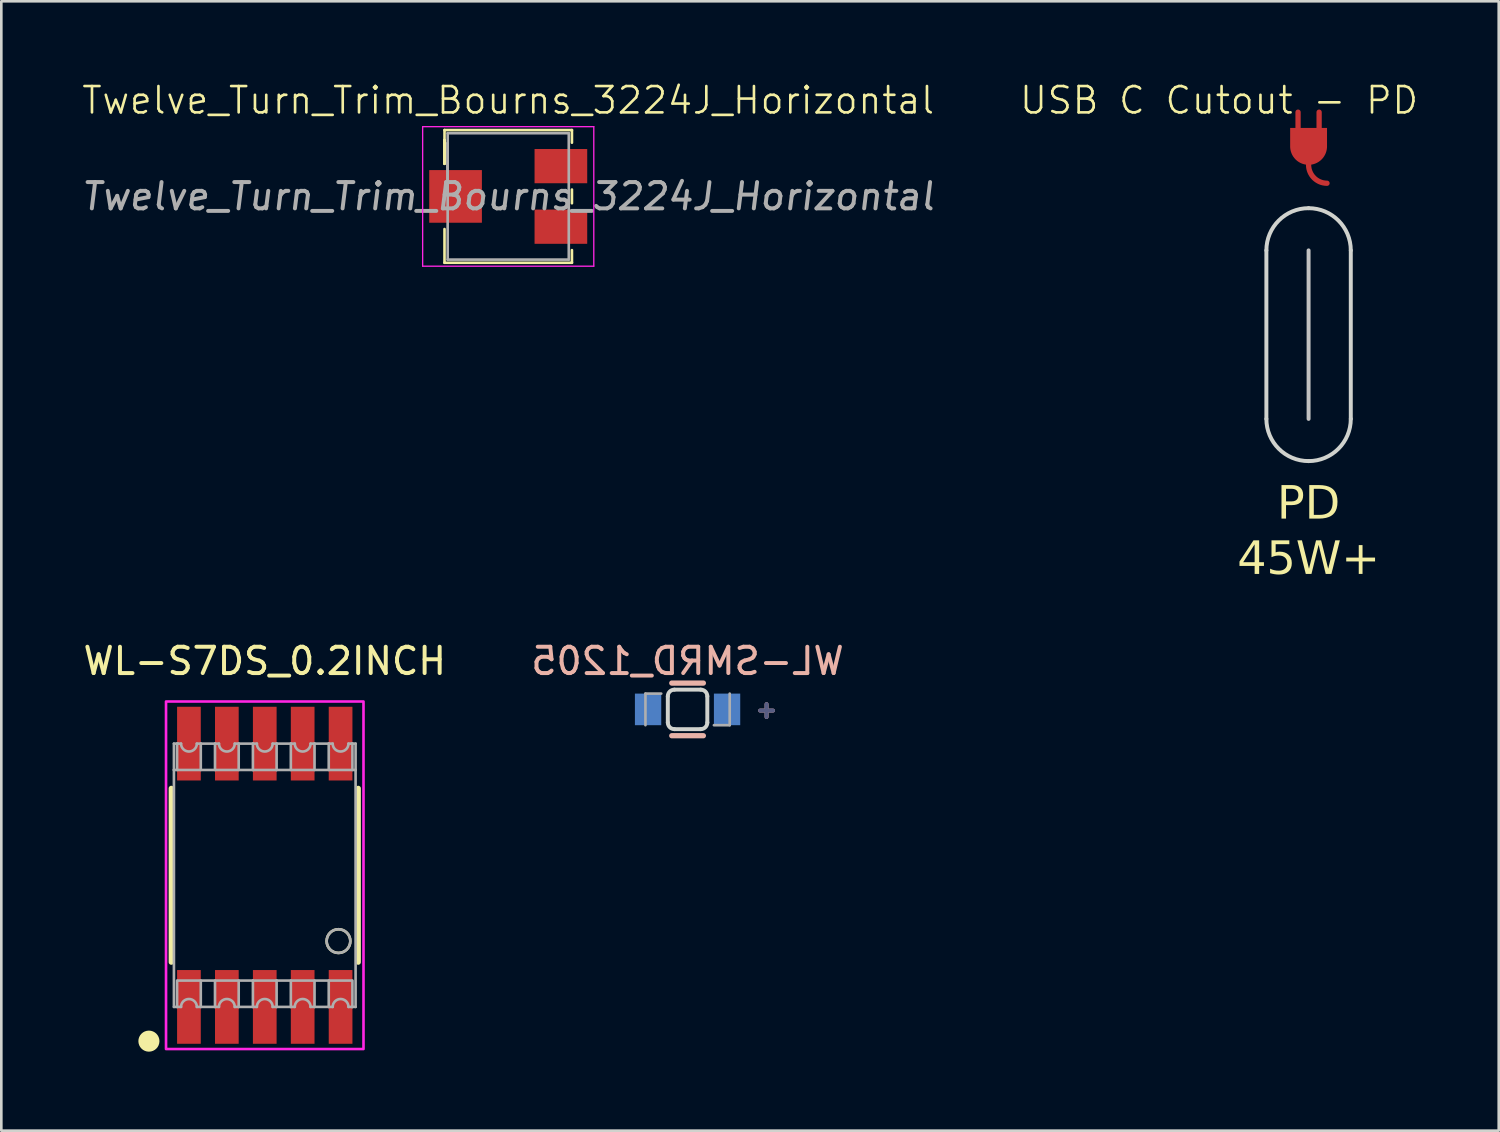
<source format=kicad_pcb>
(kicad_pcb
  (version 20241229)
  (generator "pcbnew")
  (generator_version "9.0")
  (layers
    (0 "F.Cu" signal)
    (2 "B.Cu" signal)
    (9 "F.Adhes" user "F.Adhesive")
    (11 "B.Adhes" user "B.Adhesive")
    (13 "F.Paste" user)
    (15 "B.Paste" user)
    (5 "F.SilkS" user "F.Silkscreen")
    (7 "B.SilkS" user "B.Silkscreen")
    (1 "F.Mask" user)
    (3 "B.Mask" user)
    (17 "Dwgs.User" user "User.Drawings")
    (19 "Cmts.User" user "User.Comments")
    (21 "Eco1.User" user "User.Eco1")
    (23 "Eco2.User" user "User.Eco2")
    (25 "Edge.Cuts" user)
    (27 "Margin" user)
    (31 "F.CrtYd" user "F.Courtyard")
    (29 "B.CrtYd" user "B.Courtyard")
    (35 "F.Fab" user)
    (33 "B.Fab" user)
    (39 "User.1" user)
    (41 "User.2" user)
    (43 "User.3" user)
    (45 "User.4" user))
  (footprint "USB C Cutout - PD"
    (layer "F.Cu")
    (at 46.652 6.46)
    (property "Reference" "USB C Cutout - PD" (at -3.4 -5.7 0) (unlocked yes) (layer "F.SilkS") (effects (font (size 1 1) (thickness 0.1))))
    (fp_line (start -0.4 -4.5) (end -0.4 -5.25) (stroke (width 0.2) (type default)) (layer "F.Cu"))
    (fp_line (start 0.4 -4.5) (end 0.4 -5.25) (stroke (width 0.2) (type default)) (layer "F.Cu"))
    (fp_arc (start 0.7 -2.55) (mid 0.205025 -2.755025) (end 0 -3.25) (stroke (width 0.2) (type default)) (layer "F.Cu"))
    (fp_poly (pts (xy -0.7 -4.65) (xy 0.7 -4.65) (arc (start 0.7 -3.95) (mid 0.494975 -3.455025) (end 0 -3.25)) (arc (start 0 -3.25) (mid -0.494975 -3.455025) (end -0.7 -3.95))) (stroke (width 0) (type solid)) (fill yes) (layer "F.Cu"))
    (fp_line (start -0.4 -4.5) (end -0.4 -5.25) (stroke (width 0.2) (type default)) (layer "F.Mask"))
    (fp_line (start 0.4 -4.5) (end 0.4 -5.25) (stroke (width 0.2) (type default)) (layer "F.Mask"))
    (fp_arc (start 0.7 -2.55) (mid 0.205025 -2.755025) (end 0 -3.25) (stroke (width 0.2) (type default)) (layer "F.Mask"))
    (fp_poly (pts (xy -0.7 -4.65) (xy 0.7 -4.65) (arc (start 0.7 -3.95) (mid 0.494975 -3.455025) (end 0 -3.25)) (arc (start 0 -3.25) (mid -0.494975 -3.455025) (end -0.7 -3.95))) (stroke (width 0) (type solid)) (fill yes) (layer "F.Mask"))
    (fp_line (start -0.000002 6.4) (end -0.000002 0) (stroke (width 0.15) (type default)) (layer "Dwgs.User"))
    (fp_line (start -1.603 0.000001) (end -1.603 6.4) (stroke (width 0.15) (type default)) (layer "Edge.Cuts"))
    (fp_line (start 1.603 0.000001) (end 1.603 6.4) (stroke (width 0.15) (type default)) (layer "Edge.Cuts"))
    (fp_arc (start -1.603122 0.000001) (mid -1.133579 -1.133577) (end -0.000001 -1.60312) (stroke (width 0.15) (type default)) (layer "Edge.Cuts"))
    (fp_arc (start -0.000001 -1.60312) (mid 1.133577 -1.133577) (end 1.60312 0.000001) (stroke (width 0.15) (type default)) (layer "Edge.Cuts"))
    (fp_arc (start -0.000001 8.003122) (mid -1.133579 7.533579) (end -1.603122 6.400001) (stroke (width 0.15) (type default)) (layer "Edge.Cuts"))
    (fp_arc (start 1.60312 6.400001) (mid 1.133577 7.533579) (end -0.000001 8.003122) (stroke (width 0.15) (type default)) (layer "Edge.Cuts"))
    (fp_text_box "PD\n45W+" (start -1.875 8) (end 1.875 11.75) (margins 0.938 0.938 0.938 0.938) (layer "F.SilkS") (effects (font (face "Monoflow") (size 1.25 1.25) (thickness 0.188)) (justify top)) (border no) (stroke (width 0) (type solid))))
  (footprint "WL-SMRD_1205"
    (layer "F.Cu")
    (at 23.065 23.894)
    (property "Reference" "WL-SMRD_1205" (at 0 -1.835 0) (layer "B.SilkS") (effects (font (size 1 1) (thickness 0.15)) (justify mirror)))
    (attr smd)
    (fp_poly (pts (arc (start -1 0.5) (mid -0.853553 0.853553) (end -0.5 1)) (arc (start 0.5 1) (mid 0.853553 0.853553) (end 1 0.5)) (arc (start 1 -0.5) (mid 0.853553 -0.853553) (end 0.5 -1)) (arc (start -0.5 -1) (mid -0.853553 -0.853553) (end -1 -0.5))) (stroke (width 0) (type solid)) (fill yes) (layer "F.Mask"))
    (fp_poly (pts (arc (start 1 0.5) (mid 0.853553 0.853553) (end 0.5 1)) (arc (start -0.5 1) (mid -0.853553 0.853553) (end -1 0.5)) (arc (start -1 -0.5) (mid -0.853553 -0.853553) (end -0.5 -1)) (arc (start 0.5 -1) (mid 0.853553 -0.853553) (end 1 -0.5))) (stroke (width 0) (type solid)) (fill yes) (layer "B.Mask"))
    (fp_line (start -0.6 -1) (end 0.6 -1) (stroke (width 0.2) (type solid)) (layer "B.SilkS"))
    (fp_line (start -0.6 1) (end 0.6 1) (stroke (width 0.2) (type solid)) (layer "B.SilkS"))
    (fp_line (start -0.75 0.5) (end -0.75 -0.5) (stroke (width 0.15) (type default)) (layer "Edge.Cuts"))
    (fp_line (start -0.5 -0.75) (end 0.5 -0.75) (stroke (width 0.15) (type default)) (layer "Edge.Cuts"))
    (fp_line (start 0.5 0.75) (end -0.5 0.75) (stroke (width 0.15) (type default)) (layer "Edge.Cuts"))
    (fp_line (start 0.75 -0.5) (end 0.75 0.5) (stroke (width 0.15) (type default)) (layer "Edge.Cuts"))
    (fp_arc (start -0.75 -0.5) (mid -0.676777 -0.676777) (end -0.5 -0.75) (stroke (width 0.15) (type default)) (layer "Edge.Cuts"))
    (fp_arc (start -0.5 0.75) (mid -0.676777 0.676777) (end -0.75 0.5) (stroke (width 0.15) (type default)) (layer "Edge.Cuts"))
    (fp_arc (start 0.5 -0.75) (mid 0.676777 -0.676777) (end 0.75 -0.5) (stroke (width 0.15) (type default)) (layer "Edge.Cuts"))
    (fp_arc (start 0.75 0.5) (mid 0.676777 0.676777) (end 0.5 0.75) (stroke (width 0.15) (type default)) (layer "Edge.Cuts"))
    (fp_line (start -1.6 -0.6) (end -1 -0.6) (stroke (width 0.1) (type solid)) (layer "F.Fab"))
    (fp_line (start -1.6 0.6) (end -1.6 -0.6) (stroke (width 0.1) (type solid)) (layer "F.Fab"))
    (fp_line (start 1.6 -0.6) (end 1.6 0.6) (stroke (width 0.1) (type solid)) (layer "F.Fab"))
    (fp_line (start 1.6 0.6) (end 1 0.6) (stroke (width 0.1) (type solid)) (layer "F.Fab"))
    (fp_text user "+" (at 3 0 0) (layer "B.SilkS") (effects (font (size 0.64 0.64) (thickness 0.15)) (justify mirror)))
    (fp_text user "+" (at 3 0 0) (layer "B.Fab") (effects (font (size 0.64 0.64) (thickness 0.15)) (justify mirror)))
    (pad "1" smd rect (at -1.5 0) (size 1 1.2) (layers "B.Cu" "B.Mask" "B.Paste"))
    (pad "2" smd rect (at 1.5 0) (size 1 1.2) (layers "B.Cu" "B.Mask" "B.Paste")))
  (footprint "Twelve_Turn_Trim_Bourns_3224J_Horizontal"
    (layer "F.Cu")
    (at 16.253 4.41)
    (property "Reference" "Twelve_Turn_Trim_Bourns_3224J_Horizontal" (at 0 -3.65 180) (layer "F.SilkS") (effects (font (size 1 1) (thickness 0.1))))
    (attr smd)
    (fp_line (start -2.42 -2.52) (end -2.42 -1.24) (stroke (width 0.1) (type solid)) (layer "F.SilkS"))
    (fp_line (start -2.42 -2.52) (end 2.42 -2.52) (stroke (width 0.1) (type solid)) (layer "F.SilkS"))
    (fp_line (start -2.42 -2.14) (end -2.42 -2.14) (stroke (width 0.1) (type solid)) (layer "F.SilkS"))
    (fp_line (start -2.42 -2.14) (end -2.42 -1.24) (stroke (width 0.1) (type solid)) (layer "F.SilkS"))
    (fp_line (start -2.42 -2.14) (end -2.42 -1.24) (stroke (width 0.1) (type solid)) (layer "F.SilkS"))
    (fp_line (start -2.42 1.24) (end -2.42 2.52) (stroke (width 0.1) (type solid)) (layer "F.SilkS"))
    (fp_line (start -2.42 2.52) (end 2.42 2.52) (stroke (width 0.1) (type solid)) (layer "F.SilkS"))
    (fp_line (start 2.42 -2.52) (end 2.42 -2.04) (stroke (width 0.1) (type solid)) (layer "F.SilkS"))
    (fp_line (start 2.42 -0.26) (end 2.42 0.26) (stroke (width 0.1) (type solid)) (layer "F.SilkS"))
    (fp_line (start 2.42 2.04) (end 2.42 2.52) (stroke (width 0.1) (type solid)) (layer "F.SilkS"))
    (fp_line (start -3.25 -2.65) (end -3.25 2.65) (stroke (width 0.05) (type solid)) (layer "F.CrtYd"))
    (fp_line (start -3.25 2.65) (end 3.25 2.65) (stroke (width 0.05) (type solid)) (layer "F.CrtYd"))
    (fp_line (start 3.25 -2.65) (end -3.25 -2.65) (stroke (width 0.05) (type solid)) (layer "F.CrtYd"))
    (fp_line (start 3.25 2.65) (end 3.25 -2.65) (stroke (width 0.05) (type solid)) (layer "F.CrtYd"))
    (fp_line (start -2.3 -2.4) (end -2.3 2.4) (stroke (width 0.1) (type solid)) (layer "F.Fab"))
    (fp_line (start -2.3 -2.02) (end -2.3 -2.02) (stroke (width 0.1) (type solid)) (layer "F.Fab"))
    (fp_line (start -2.3 -2.02) (end -2.3 -0.24) (stroke (width 0.1) (type solid)) (layer "F.Fab"))
    (fp_line (start -2.3 -1.13) (end -2.3 -1.13) (stroke (width 0.1) (type solid)) (layer "F.Fab"))
    (fp_line (start -2.3 -0.24) (end -2.3 -2.02) (stroke (width 0.1) (type solid)) (layer "F.Fab"))
    (fp_line (start -2.3 -0.24) (end -2.3 -0.24) (stroke (width 0.1) (type solid)) (layer "F.Fab"))
    (fp_line (start -2.3 2.4) (end 2.3 2.4) (stroke (width 0.1) (type solid)) (layer "F.Fab"))
    (fp_line (start 2.3 -2.4) (end -2.3 -2.4) (stroke (width 0.1) (type solid)) (layer "F.Fab"))
    (fp_line (start 2.3 2.4) (end 2.3 -2.4) (stroke (width 0.1) (type solid)) (layer "F.Fab"))
    (fp_text user "${REFERENCE}" (at 0 0 0) (unlocked yes) (layer "F.Fab") (effects (font (size 1 1) (thickness 0.15) (italic yes))))
    (pad "1" smd rect (at 2 -1.15) (size 2 1.3) (layers "F.Cu" "F.Mask" "F.Paste"))
    (pad "2" smd rect (at -2 0) (size 2 2) (layers "F.Cu" "F.Mask" "F.Paste"))
    (pad "3" smd rect (at 2 1.15) (size 2 1.3) (layers "F.Cu" "F.Mask" "F.Paste")))
  (footprint "WL-S7DS_0.2INCH"
    (layer "F.Cu")
    (at 7.006 30.194)
    (property "Reference" "WL-S7DS_0.2INCH" (at 0 -8.135 0) (layer "F.SilkS") (effects (font (size 1 1) (thickness 0.15))))
    (attr smd)
    (fp_line (start -3.55 -3.3) (end -3.55 3.3) (stroke (width 0.2) (type solid)) (layer "F.SilkS"))
    (fp_line (start 3.55 -3.3) (end 3.55 3.3) (stroke (width 0.2) (type solid)) (layer "F.SilkS"))
    (fp_circle (center -4.4 6.3) (end -4.2 6.3) (stroke (width 0.4) (type solid)) (fill no) (layer "F.SilkS"))
    (fp_circle (center 2.8 2.5) (end 3.25 2.5) (stroke (width 0.1) (type solid)) (fill no) (layer "F.SilkS"))
    (fp_poly (pts (xy 3.75 6.6) (xy -3.75 6.6) (xy -3.75 -6.6) (xy 3.75 -6.6)) (stroke (width 0.1) (type solid)) (fill no) (layer "F.CrtYd"))
    (fp_line (start -3.45 -5) (end -3.3 -5) (stroke (width 0.1) (type solid)) (layer "F.Fab"))
    (fp_line (start -3.45 -4) (end -3.45 -5) (stroke (width 0.1) (type solid)) (layer "F.Fab"))
    (fp_line (start -3.45 5) (end -3.45 -4) (stroke (width 0.1) (type solid)) (layer "F.Fab"))
    (fp_line (start -3.33 -5) (end -3.18 -5) (stroke (width 0.1) (type solid)) (layer "F.Fab"))
    (fp_line (start -3.33 -4) (end -3.33 -5) (stroke (width 0.1) (type solid)) (layer "F.Fab"))
    (fp_line (start -3.33 5) (end -3.45 5) (stroke (width 0.1) (type solid)) (layer "F.Fab"))
    (fp_line (start -3.33 5) (end -3.33 4) (stroke (width 0.1) (type solid)) (layer "F.Fab"))
    (fp_line (start -3.3 4) (end -0.45 4) (stroke (width 0.1) (type solid)) (layer "F.Fab"))
    (fp_line (start -3.18 5) (end -3.33 5) (stroke (width 0.1) (type solid)) (layer "F.Fab"))
    (fp_line (start -2.58 -5) (end -2.43 -5) (stroke (width 0.1) (type solid)) (layer "F.Fab"))
    (fp_line (start -2.43 -5) (end -2.43 -4) (stroke (width 0.1) (type solid)) (layer "F.Fab"))
    (fp_line (start -2.43 -5) (end -1.89 -5) (stroke (width 0.1) (type solid)) (layer "F.Fab"))
    (fp_line (start -2.43 4) (end -2.43 5) (stroke (width 0.1) (type solid)) (layer "F.Fab"))
    (fp_line (start -2.43 5) (end -2.58 5) (stroke (width 0.1) (type solid)) (layer "F.Fab"))
    (fp_line (start -1.89 -5) (end -1.74 -5) (stroke (width 0.1) (type solid)) (layer "F.Fab"))
    (fp_line (start -1.89 -4) (end -1.89 -5) (stroke (width 0.1) (type solid)) (layer "F.Fab"))
    (fp_line (start -1.89 5) (end -2.43 5) (stroke (width 0.1) (type solid)) (layer "F.Fab"))
    (fp_line (start -1.89 5) (end -1.89 4) (stroke (width 0.1) (type solid)) (layer "F.Fab"))
    (fp_line (start -1.74 5) (end -1.89 5) (stroke (width 0.1) (type solid)) (layer "F.Fab"))
    (fp_line (start -1.14 -5) (end -0.99 -5) (stroke (width 0.1) (type solid)) (layer "F.Fab"))
    (fp_line (start -0.99 -5) (end -0.99 -4) (stroke (width 0.1) (type solid)) (layer "F.Fab"))
    (fp_line (start -0.99 -5) (end -0.45 -5) (stroke (width 0.1) (type solid)) (layer "F.Fab"))
    (fp_line (start -0.99 4) (end -0.99 5) (stroke (width 0.1) (type solid)) (layer "F.Fab"))
    (fp_line (start -0.99 5) (end -1.14 5) (stroke (width 0.1) (type solid)) (layer "F.Fab"))
    (fp_line (start -0.45 -5) (end -0.3 -5) (stroke (width 0.1) (type solid)) (layer "F.Fab"))
    (fp_line (start -0.45 -4) (end -3.45 -4) (stroke (width 0.1) (type solid)) (layer "F.Fab"))
    (fp_line (start -0.45 -4) (end -0.45 -5) (stroke (width 0.1) (type solid)) (layer "F.Fab"))
    (fp_line (start -0.45 -4) (end 0.45 -4) (stroke (width 0.1) (type solid)) (layer "F.Fab"))
    (fp_line (start -0.45 4) (end 0.45 4) (stroke (width 0.1) (type solid)) (layer "F.Fab"))
    (fp_line (start -0.45 5) (end -0.99 5) (stroke (width 0.1) (type solid)) (layer "F.Fab"))
    (fp_line (start -0.45 5) (end -0.45 4) (stroke (width 0.1) (type solid)) (layer "F.Fab"))
    (fp_line (start -0.3 5) (end -0.45 5) (stroke (width 0.1) (type solid)) (layer "F.Fab"))
    (fp_line (start 0.3 -5) (end 0.45 -5) (stroke (width 0.1) (type solid)) (layer "F.Fab"))
    (fp_line (start 0.45 -5) (end 0.45 -4) (stroke (width 0.1) (type solid)) (layer "F.Fab"))
    (fp_line (start 0.45 -5) (end 0.99 -5) (stroke (width 0.1) (type solid)) (layer "F.Fab"))
    (fp_line (start 0.45 -4) (end 3.45 -4) (stroke (width 0.1) (type solid)) (layer "F.Fab"))
    (fp_line (start 0.45 4) (end 0.45 5) (stroke (width 0.1) (type solid)) (layer "F.Fab"))
    (fp_line (start 0.45 4) (end 3.3 4) (stroke (width 0.1) (type solid)) (layer "F.Fab"))
    (fp_line (start 0.45 5) (end 0.3 5) (stroke (width 0.1) (type solid)) (layer "F.Fab"))
    (fp_line (start 0.99 -5) (end 1.14 -5) (stroke (width 0.1) (type solid)) (layer "F.Fab"))
    (fp_line (start 0.99 -4) (end 0.99 -5) (stroke (width 0.1) (type solid)) (layer "F.Fab"))
    (fp_line (start 0.99 5) (end 0.45 5) (stroke (width 0.1) (type solid)) (layer "F.Fab"))
    (fp_line (start 0.99 5) (end 0.99 4) (stroke (width 0.1) (type solid)) (layer "F.Fab"))
    (fp_line (start 1.14 5) (end 0.99 5) (stroke (width 0.1) (type solid)) (layer "F.Fab"))
    (fp_line (start 1.74 -5) (end 1.89 -5) (stroke (width 0.1) (type solid)) (layer "F.Fab"))
    (fp_line (start 1.89 -5) (end 1.89 -4) (stroke (width 0.1) (type solid)) (layer "F.Fab"))
    (fp_line (start 1.89 -5) (end 2.43 -5) (stroke (width 0.1) (type solid)) (layer "F.Fab"))
    (fp_line (start 1.89 4) (end 1.89 5) (stroke (width 0.1) (type solid)) (layer "F.Fab"))
    (fp_line (start 1.89 5) (end 1.74 5) (stroke (width 0.1) (type solid)) (layer "F.Fab"))
    (fp_line (start 2.43 -5) (end 2.58 -5) (stroke (width 0.1) (type solid)) (layer "F.Fab"))
    (fp_line (start 2.43 -4) (end 2.43 -5) (stroke (width 0.1) (type solid)) (layer "F.Fab"))
    (fp_line (start 2.43 5) (end 1.89 5) (stroke (width 0.1) (type solid)) (layer "F.Fab"))
    (fp_line (start 2.43 5) (end 2.43 4) (stroke (width 0.1) (type solid)) (layer "F.Fab"))
    (fp_line (start 2.58 5) (end 2.43 5) (stroke (width 0.1) (type solid)) (layer "F.Fab"))
    (fp_line (start 3.18 -5) (end 3.33 -5) (stroke (width 0.1) (type solid)) (layer "F.Fab"))
    (fp_line (start 3.3 -5) (end 3.45 -5) (stroke (width 0.1) (type solid)) (layer "F.Fab"))
    (fp_line (start 3.3 5) (end 3.18 5) (stroke (width 0.1) (type solid)) (layer "F.Fab"))
    (fp_line (start 3.33 -5) (end 3.33 -4) (stroke (width 0.1) (type solid)) (layer "F.Fab"))
    (fp_line (start 3.33 4) (end 3.33 5) (stroke (width 0.1) (type solid)) (layer "F.Fab"))
    (fp_line (start 3.33 5) (end 3.3 5) (stroke (width 0.1) (type solid)) (layer "F.Fab"))
    (fp_line (start 3.45 -5) (end 3.45 -4) (stroke (width 0.1) (type solid)) (layer "F.Fab"))
    (fp_line (start 3.45 -4) (end 3.45 5) (stroke (width 0.1) (type solid)) (layer "F.Fab"))
    (fp_line (start 3.45 5) (end 3.33 5) (stroke (width 0.1) (type solid)) (layer "F.Fab"))
    (fp_arc (start -3.18 5) (mid -2.88 4.7) (end -2.58 5) (stroke (width 0.1) (type solid)) (layer "F.Fab"))
    (fp_arc (start -2.58 -5) (mid -2.88 -4.7) (end -3.18 -5) (stroke (width 0.1) (type solid)) (layer "F.Fab"))
    (fp_arc (start -1.74 5) (mid -1.44 4.7) (end -1.14 5) (stroke (width 0.1) (type solid)) (layer "F.Fab"))
    (fp_arc (start -1.14 -5) (mid -1.44 -4.7) (end -1.74 -5) (stroke (width 0.1) (type solid)) (layer "F.Fab"))
    (fp_arc (start -0.3 5) (mid 0 4.7) (end 0.3 5) (stroke (width 0.1) (type solid)) (layer "F.Fab"))
    (fp_arc (start 0.3 -5) (mid 0 -4.7) (end -0.3 -5) (stroke (width 0.1) (type solid)) (layer "F.Fab"))
    (fp_arc (start 1.14 5) (mid 1.44 4.7) (end 1.74 5) (stroke (width 0.1) (type solid)) (layer "F.Fab"))
    (fp_arc (start 1.74 -5) (mid 1.44 -4.7) (end 1.14 -5) (stroke (width 0.1) (type solid)) (layer "F.Fab"))
    (fp_arc (start 2.58 5) (mid 2.88 4.7) (end 3.18 5) (stroke (width 0.1) (type solid)) (layer "F.Fab"))
    (fp_arc (start 3.18 -5) (mid 2.88 -4.7) (end 2.58 -5) (stroke (width 0.1) (type solid)) (layer "F.Fab"))
    (fp_circle (center 2.8 2.5) (end 3.25 2.5) (stroke (width 0.1) (type solid)) (fill no) (layer "F.Fab"))
    (pad "1" smd rect (at -2.88 5) (size 0.9 2.8) (layers "F.Cu" "F.Mask" "F.Paste"))
    (pad "2" smd rect (at -1.44 5) (size 0.9 2.8) (layers "F.Cu" "F.Mask" "F.Paste"))
    (pad "3" smd rect (at 0 5) (size 0.9 2.8) (layers "F.Cu" "F.Mask" "F.Paste"))
    (pad "4" smd rect (at 1.44 5) (size 0.9 2.8) (layers "F.Cu" "F.Mask" "F.Paste"))
    (pad "5" smd rect (at 2.88 5) (size 0.9 2.8) (layers "F.Cu" "F.Mask" "F.Paste"))
    (pad "6" smd rect (at 2.88 -5) (size 0.9 2.8) (layers "F.Cu" "F.Mask" "F.Paste"))
    (pad "7" smd rect (at 1.44 -5) (size 0.9 2.8) (layers "F.Cu" "F.Mask" "F.Paste"))
    (pad "8" smd rect (at 0 -5) (size 0.9 2.8) (layers "F.Cu" "F.Mask" "F.Paste"))
    (pad "9" smd rect (at -1.44 -5) (size 0.9 2.8) (layers "F.Cu" "F.Mask" "F.Paste"))
    (pad "10" smd rect (at -2.88 -5) (size 0.9 2.8) (layers "F.Cu" "F.Mask" "F.Paste")))
  (gr_rect
    (start -3 -3)
    (end 53.874 39.894)
    (stroke (width 0.1) (type default))
    (fill no)
    (layer "Edge.Cuts")))
</source>
